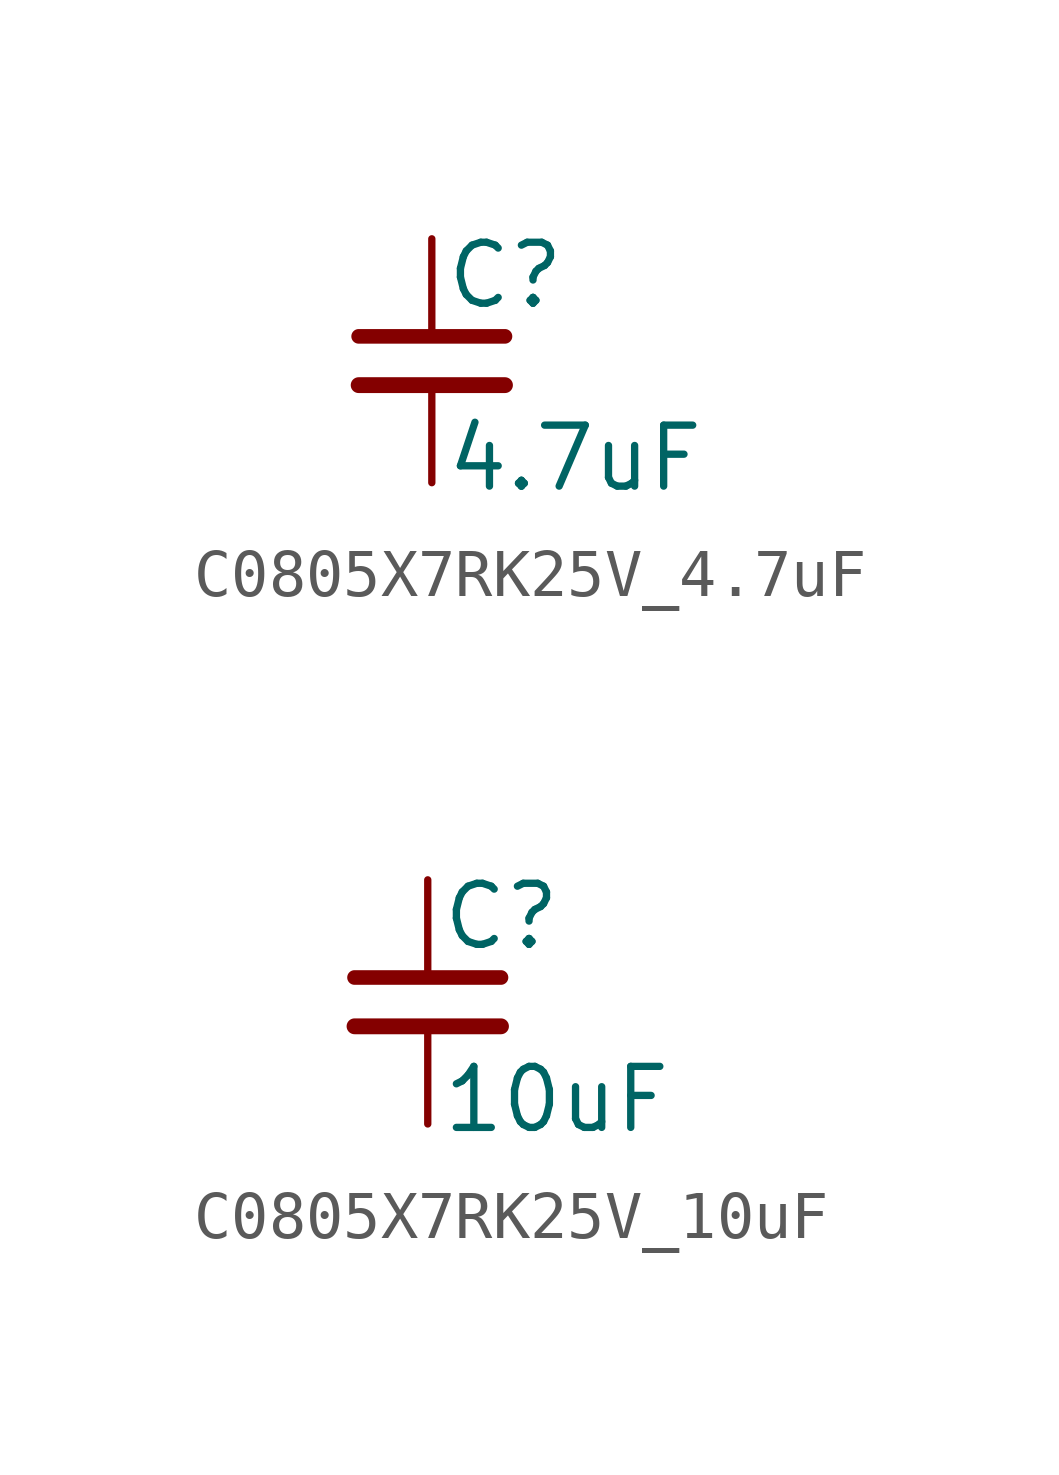
<source format=kicad_sym>
(kicad_symbol_lib
  (version 20220914)
  (generator kicad_symbol_editor)
  (symbol "C0805X7RK25V_4.7uF"
    (pin_numbers hide)
    (pin_names
      (offset 0.254) hide)
    (property "Reference" "C"
      (at 0.254 1.778 0)
      (effects (font (size 1.27 1.27)) (justify left)))
    (property "Value" "4.7uF"
      (at 0.254 -2.032 0)
      (effects (font (size 1.27 1.27)) (justify left)))
    (symbol "C0805X7RK25V_4.7uF_0_1"
      (polyline (pts (xy -1.524 -0.508) (xy 1.524 -0.508)) (stroke (width 0.33) (type default)) (fill (type none)))
      (polyline (pts (xy -1.524 0.508) (xy 1.524 0.508)) (stroke (width 0.305) (type default)) (fill (type none))))
    (symbol "C0805X7RK25V_4.7uF_1_1"
      (pin passive line (at 0 2.54 270) (length 2.032) (name "~" (effects (font (size 1.27 1.27)))) (number "1" (effects (font (size 1.27 1.27)))))
      (pin passive line (at 0 -2.54 90) (length 2.032) (name "~" (effects (font (size 1.27 1.27)))) (number "2" (effects (font (size 1.27 1.27)))))))
  (symbol "C0805X7RK25V_10uF"
    (pin_numbers hide)
    (pin_names
      (offset 0.254) hide)
    (property "Reference" "C"
      (at 0.254 1.778 0)
      (effects (font (size 1.27 1.27)) (justify left)))
    (property "Value" "10uF"
      (at 0.254 -2.032 0)
      (effects (font (size 1.27 1.27)) (justify left)))
    (symbol "C0805X7RK25V_10uF_0_1"
      (polyline (pts (xy -1.524 -0.508) (xy 1.524 -0.508)) (stroke (width 0.33) (type default)) (fill (type none)))
      (polyline (pts (xy -1.524 0.508) (xy 1.524 0.508)) (stroke (width 0.305) (type default)) (fill (type none))))
    (symbol "C0805X7RK25V_10uF_1_1"
      (pin passive line (at 0 2.54 270) (length 2.032) (name "~" (effects (font (size 1.27 1.27)))) (number "1" (effects (font (size 1.27 1.27)))))
      (pin passive line (at 0 -2.54 90) (length 2.032) (name "~" (effects (font (size 1.27 1.27)))) (number "2" (effects (font (size 1.27 1.27))))))))
</source>
